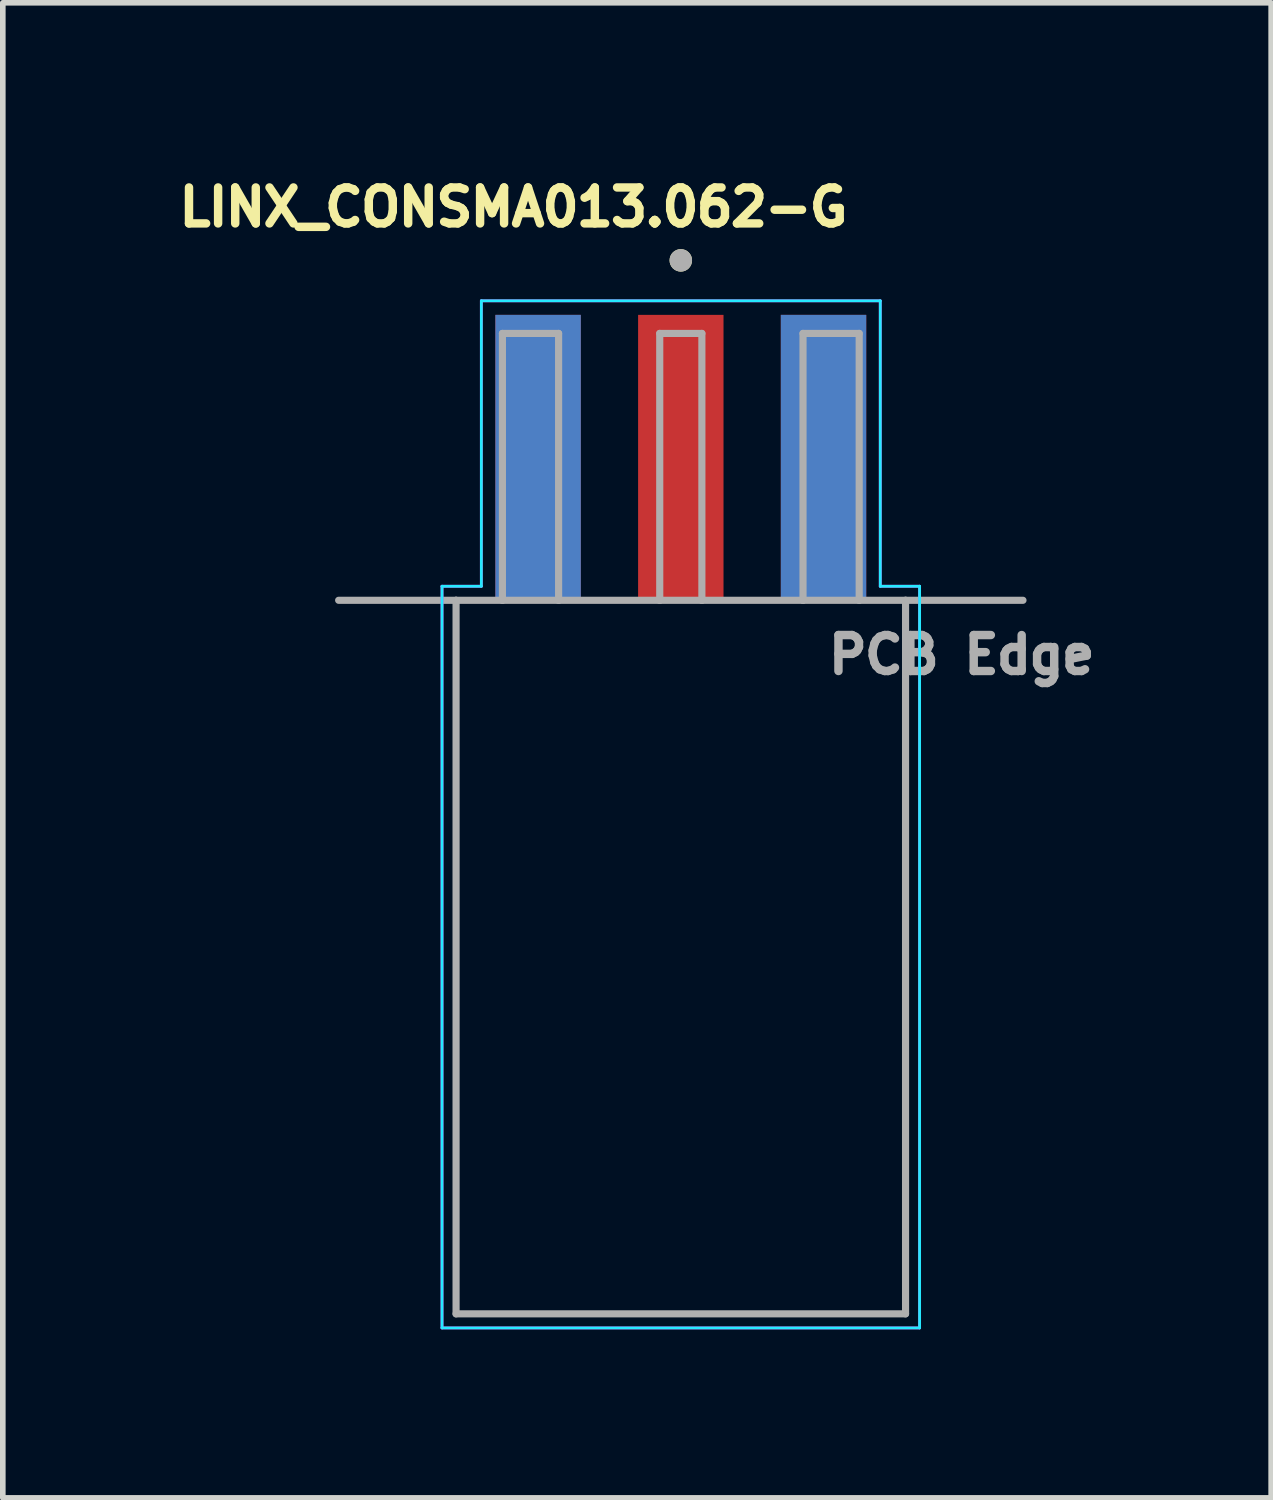
<source format=kicad_pcb>
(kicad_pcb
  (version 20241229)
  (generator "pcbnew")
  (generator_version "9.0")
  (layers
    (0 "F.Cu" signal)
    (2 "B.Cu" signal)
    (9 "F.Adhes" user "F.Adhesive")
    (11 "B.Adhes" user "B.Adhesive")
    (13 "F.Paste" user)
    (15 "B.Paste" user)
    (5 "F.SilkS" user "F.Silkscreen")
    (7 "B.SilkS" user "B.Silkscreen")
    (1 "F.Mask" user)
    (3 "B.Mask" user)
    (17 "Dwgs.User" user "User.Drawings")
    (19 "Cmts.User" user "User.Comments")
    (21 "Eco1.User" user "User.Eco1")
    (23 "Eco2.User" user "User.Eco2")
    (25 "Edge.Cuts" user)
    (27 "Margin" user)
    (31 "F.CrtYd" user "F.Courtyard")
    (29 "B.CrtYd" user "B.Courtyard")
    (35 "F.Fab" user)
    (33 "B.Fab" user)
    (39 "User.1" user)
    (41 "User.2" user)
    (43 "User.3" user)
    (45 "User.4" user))
  (footprint "LINX_CONSMA013.062-G"
    (layer "F.Cu")
    (at 9.067 7.634)
    (property "Reference" "LINX_CONSMA013.062-G" (at -2.978 -6.996 0) (layer "F.SilkS") (effects (font (size 0.64 0.64) (thickness 0.15))))
    (attr smd)
    (fp_circle (center 0 -6.05) (end 0.1 -6.05) (stroke (width 0.2) (type solid)) (fill no) (layer "F.SilkS"))
    (fp_line (start -4.25 -0.25) (end -4.25 12.95) (stroke (width 0.05) (type solid)) (layer "B.CrtYd"))
    (fp_line (start -4.25 12.95) (end 4.25 12.95) (stroke (width 0.05) (type solid)) (layer "B.CrtYd"))
    (fp_line (start -3.55 -5.33) (end -3.55 -0.25) (stroke (width 0.05) (type solid)) (layer "B.CrtYd"))
    (fp_line (start -3.55 -0.25) (end -4.25 -0.25) (stroke (width 0.05) (type solid)) (layer "B.CrtYd"))
    (fp_line (start 3.55 -5.33) (end -3.55 -5.33) (stroke (width 0.05) (type solid)) (layer "B.CrtYd"))
    (fp_line (start 3.55 -0.25) (end 3.55 -5.33) (stroke (width 0.05) (type solid)) (layer "B.CrtYd"))
    (fp_line (start 4.25 -0.25) (end 3.55 -0.25) (stroke (width 0.05) (type solid)) (layer "B.CrtYd"))
    (fp_line (start 4.25 12.95) (end 4.25 -0.25) (stroke (width 0.05) (type solid)) (layer "B.CrtYd"))
    (fp_line (start -4.25 -0.25) (end -4.25 12.95) (stroke (width 0.05) (type solid)) (layer "F.CrtYd"))
    (fp_line (start -4.25 12.95) (end 4.25 12.95) (stroke (width 0.05) (type solid)) (layer "F.CrtYd"))
    (fp_line (start -3.55 -5.33) (end -3.55 -0.25) (stroke (width 0.05) (type solid)) (layer "F.CrtYd"))
    (fp_line (start -3.55 -0.25) (end -4.25 -0.25) (stroke (width 0.05) (type solid)) (layer "F.CrtYd"))
    (fp_line (start 3.55 -5.33) (end -3.55 -5.33) (stroke (width 0.05) (type solid)) (layer "F.CrtYd"))
    (fp_line (start 3.55 -0.25) (end 3.55 -5.33) (stroke (width 0.05) (type solid)) (layer "F.CrtYd"))
    (fp_line (start 4.25 -0.25) (end 3.55 -0.25) (stroke (width 0.05) (type solid)) (layer "F.CrtYd"))
    (fp_line (start 4.25 12.95) (end 4.25 -0.25) (stroke (width 0.05) (type solid)) (layer "F.CrtYd"))
    (fp_line (start -6.09 0) (end -4 0) (stroke (width 0.127) (type solid)) (layer "F.Fab"))
    (fp_line (start -4 12.7) (end -4 0) (stroke (width 0.127) (type solid)) (layer "F.Fab"))
    (fp_line (start -4 12.7) (end 4 12.7) (stroke (width 0.127) (type solid)) (layer "F.Fab"))
    (fp_line (start -3.175 -4.75) (end -3.175 0) (stroke (width 0.127) (type solid)) (layer "F.Fab"))
    (fp_line (start -3.175 0) (end -4 0) (stroke (width 0.127) (type solid)) (layer "F.Fab"))
    (fp_line (start -3.175 0) (end -2.175 0) (stroke (width 0.127) (type solid)) (layer "F.Fab"))
    (fp_line (start -2.175 -4.75) (end -3.175 -4.75) (stroke (width 0.127) (type solid)) (layer "F.Fab"))
    (fp_line (start -2.175 0) (end -2.175 -4.75) (stroke (width 0.127) (type solid)) (layer "F.Fab"))
    (fp_line (start -2.175 0) (end -0.375 0) (stroke (width 0.127) (type solid)) (layer "F.Fab"))
    (fp_line (start -0.375 -4.75) (end 0.375 -4.75) (stroke (width 0.127) (type solid)) (layer "F.Fab"))
    (fp_line (start -0.375 0) (end -0.375 -4.75) (stroke (width 0.127) (type solid)) (layer "F.Fab"))
    (fp_line (start -0.375 0) (end 0.375 0) (stroke (width 0.127) (type solid)) (layer "F.Fab"))
    (fp_line (start 0.375 -4.75) (end 0.375 0) (stroke (width 0.127) (type solid)) (layer "F.Fab"))
    (fp_line (start 0.375 0) (end 2.175 0) (stroke (width 0.127) (type solid)) (layer "F.Fab"))
    (fp_line (start 2.175 -4.75) (end 3.175 -4.75) (stroke (width 0.127) (type solid)) (layer "F.Fab"))
    (fp_line (start 2.175 0) (end 2.175 -4.75) (stroke (width 0.127) (type solid)) (layer "F.Fab"))
    (fp_line (start 2.175 0) (end 3.175 0) (stroke (width 0.127) (type solid)) (layer "F.Fab"))
    (fp_line (start 3.175 -4.75) (end 3.175 0) (stroke (width 0.127) (type solid)) (layer "F.Fab"))
    (fp_line (start 3.175 0) (end 4 0) (stroke (width 0.127) (type solid)) (layer "F.Fab"))
    (fp_line (start 4 0) (end 4 12.7) (stroke (width 0.127) (type solid)) (layer "F.Fab"))
    (fp_line (start 4 0) (end 6.09 0) (stroke (width 0.127) (type solid)) (layer "F.Fab"))
    (fp_circle (center 0 -6.05) (end 0.1 -6.05) (stroke (width 0.2) (type solid)) (fill no) (layer "F.Fab"))
    (fp_text user "PCB Edge" (at 5 0.97 0) (layer "F.Fab") (effects (font (size 0.64 0.64) (thickness 0.15))))
    (pad "1" smd rect (at 0 -2.54) (size 1.52 5.08) (layers "F.Cu" "F.Mask" "F.Paste"))
    (pad "S1" smd rect (at -2.54 -2.54) (size 1.52 5.08) (layers "F.Cu" "F.Mask" "F.Paste"))
    (pad "S2" smd rect (at 2.54 -2.54) (size 1.52 5.08) (layers "F.Cu" "F.Mask" "F.Paste"))
    (pad "S3" smd rect (at -2.54 -2.54) (size 1.52 5.08) (layers "B.Cu" "B.Mask" "B.Paste"))
    (pad "S4" smd rect (at 2.54 -2.54) (size 1.52 5.08) (layers "B.Cu" "B.Mask" "B.Paste")))
  (gr_rect
    (start -3 -3)
    (end 19.574 23.609)
    (stroke (width 0.1) (type default))
    (fill no)
    (layer "Edge.Cuts")))
</source>
